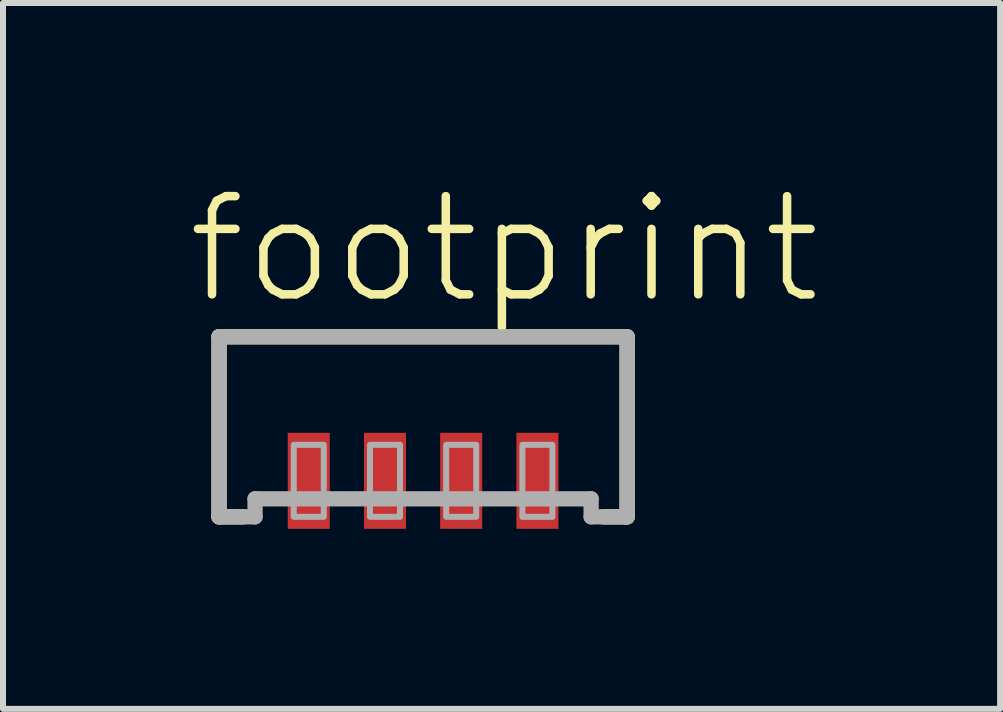
<source format=kicad_pcb>
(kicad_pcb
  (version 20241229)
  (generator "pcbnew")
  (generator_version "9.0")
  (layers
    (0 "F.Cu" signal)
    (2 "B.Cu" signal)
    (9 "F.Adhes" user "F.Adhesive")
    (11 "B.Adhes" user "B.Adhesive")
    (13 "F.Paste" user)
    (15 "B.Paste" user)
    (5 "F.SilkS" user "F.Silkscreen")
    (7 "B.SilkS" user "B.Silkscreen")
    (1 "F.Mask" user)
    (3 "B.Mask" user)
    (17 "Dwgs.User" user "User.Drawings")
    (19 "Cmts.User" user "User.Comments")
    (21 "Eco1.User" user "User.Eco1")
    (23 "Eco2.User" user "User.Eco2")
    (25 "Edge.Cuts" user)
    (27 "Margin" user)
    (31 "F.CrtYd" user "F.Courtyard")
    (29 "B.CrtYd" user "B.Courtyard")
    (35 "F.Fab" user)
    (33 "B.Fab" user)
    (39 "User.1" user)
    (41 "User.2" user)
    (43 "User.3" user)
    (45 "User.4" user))
  (footprint "footprint"
    (layer "F.Cu")
    (at 4 4.062)
    (property "Reference" "footprint" (at -4 -2 0) (layer "F.SilkS") (effects (font (size 1.636 1.636) (thickness 0.142)) (justify left bottom)))
    (fp_line (start -3.4 -1.5) (end -3.4 1.5) (stroke (width 0.254) (type solid)) (layer "F.SilkS"))
    (fp_line (start -3.4 1.5) (end -3 1.5) (stroke (width 0.254) (type solid)) (layer "F.SilkS"))
    (fp_line (start 3 1.5) (end 3.4 1.5) (stroke (width 0.254) (type solid)) (layer "F.SilkS"))
    (fp_line (start 3.4 -1.5) (end -3.4 -1.5) (stroke (width 0.254) (type solid)) (layer "F.SilkS"))
    (fp_line (start 3.4 1.5) (end 3.4 -1.5) (stroke (width 0.254) (type solid)) (layer "F.SilkS"))
    (fp_line (start -3.4 -1.5) (end -3.4 1.5) (stroke (width 0.254) (type solid)) (layer "F.Fab"))
    (fp_line (start -3.4 1.5) (end -2.8 1.5) (stroke (width 0.254) (type solid)) (layer "F.Fab"))
    (fp_line (start -2.8 1.2) (end 2.8 1.2) (stroke (width 0.254) (type solid)) (layer "F.Fab"))
    (fp_line (start -2.8 1.5) (end -2.8 1.2) (stroke (width 0.254) (type solid)) (layer "F.Fab"))
    (fp_line (start 2.8 1.5) (end 2.8 1.2) (stroke (width 0.254) (type solid)) (layer "F.Fab"))
    (fp_line (start 2.8 1.5) (end 3.4 1.5) (stroke (width 0.254) (type solid)) (layer "F.Fab"))
    (fp_line (start 3.4 -1.5) (end -3.4 -1.5) (stroke (width 0.254) (type solid)) (layer "F.Fab"))
    (fp_line (start 3.4 1.5) (end 3.4 -1.5) (stroke (width 0.254) (type solid)) (layer "F.Fab"))
    (fp_poly (pts (xy -2.155 1.5) (xy -1.655 1.5) (xy -1.655 0.3) (xy -2.155 0.3)) (stroke (width 0.1) (type solid)) (fill no) (layer "F.Fab"))
    (fp_poly (pts (xy -0.885 1.5) (xy -0.385 1.5) (xy -0.385 0.3) (xy -0.885 0.3)) (stroke (width 0.1) (type solid)) (fill no) (layer "F.Fab"))
    (fp_poly (pts (xy 0.385 1.5) (xy 0.885 1.5) (xy 0.885 0.3) (xy 0.385 0.3)) (stroke (width 0.1) (type solid)) (fill no) (layer "F.Fab"))
    (fp_poly (pts (xy 1.655 1.5) (xy 2.155 1.5) (xy 2.155 0.3) (xy 1.655 0.3)) (stroke (width 0.1) (type solid)) (fill no) (layer "F.Fab"))
    (pad "1" smd rect (at -1.905 0.9 90) (size 1.6 0.7) (layers "F.Cu" "F.Mask" "F.Paste"))
    (pad "2" smd rect (at -0.635 0.9 90) (size 1.6 0.7) (layers "F.Cu" "F.Mask" "F.Paste"))
    (pad "3" smd rect (at 0.635 0.9 90) (size 1.6 0.7) (layers "F.Cu" "F.Mask" "F.Paste"))
    (pad "4" smd rect (at 1.905 0.9 90) (size 1.6 0.7) (layers "F.Cu" "F.Mask" "F.Paste")))
  (gr_rect
    (start -3 -3)
    (end 13.615 8.762)
    (stroke (width 0.1) (type default))
    (fill no)
    (layer "Edge.Cuts")))
</source>
